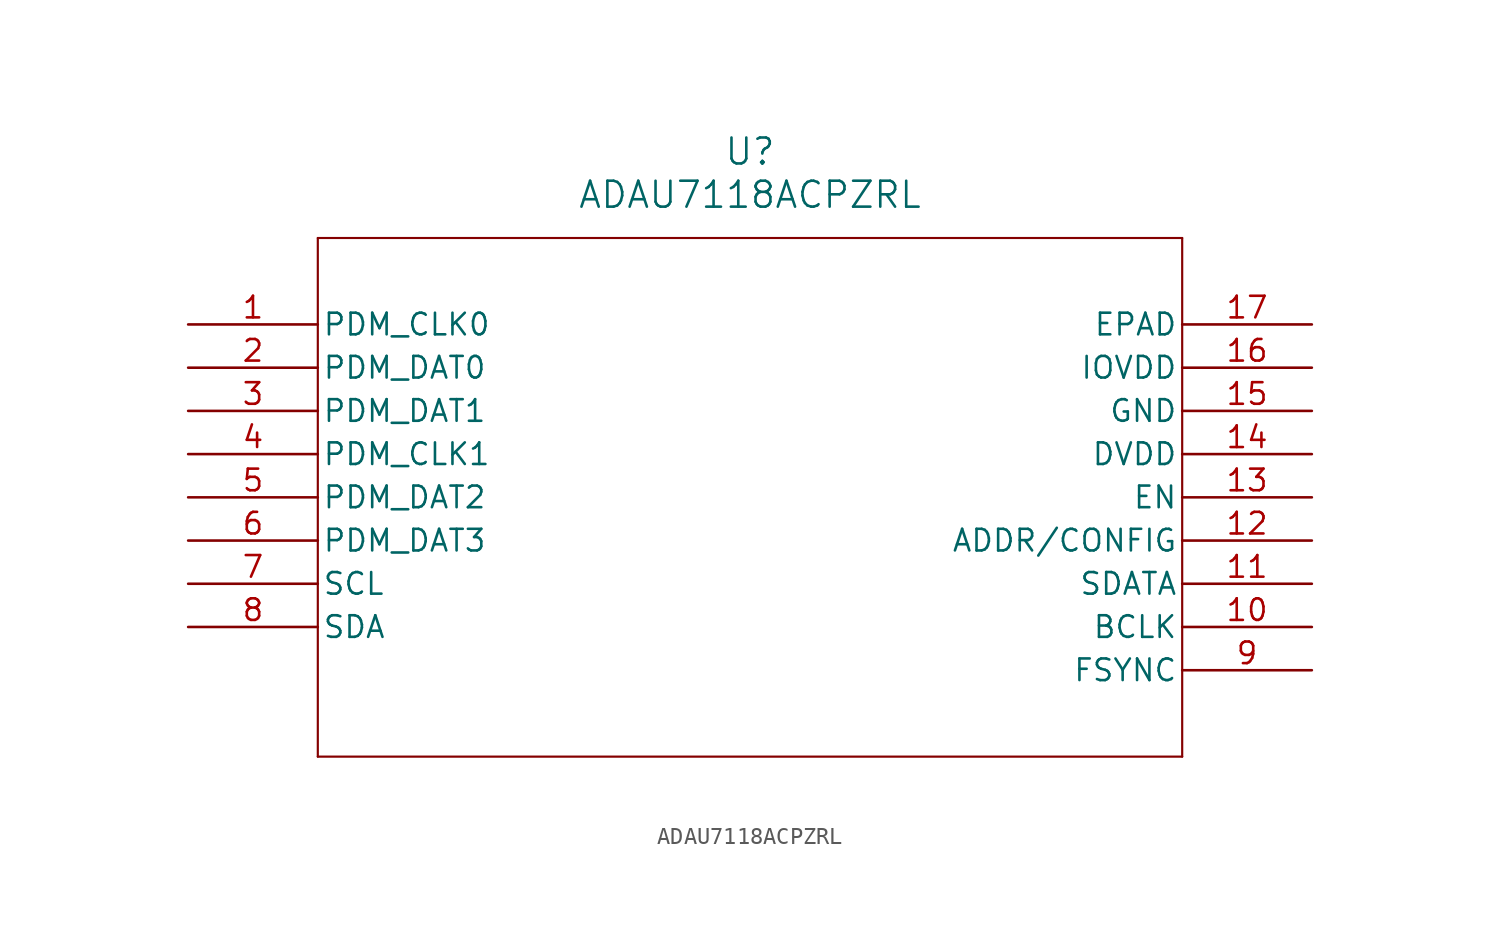
<source format=kicad_sym>
(kicad_symbol_lib
  (version 20241209)
  (generator "kicad_symbol_editor")
  (generator_version "9.0")
  (symbol "ADAU7118ACPZRL"
    (pin_names
      (offset 0.254))
    (property "Reference" "U"
      (at 33.02 10.16 0)
      (effects (font (size 1.524 1.524))))
    (property "Value" "ADAU7118ACPZRL"
      (at 33.02 7.62 0)
      (effects (font (size 1.524 1.524))))
    (property "ki_locked" ""
      (at 0 0 0)
      (effects (font (size 1.27 1.27))))
    (symbol "ADAU7118ACPZRL_0_1"
      (polyline (pts (xy 7.62 5.08) (xy 7.62 -25.4)) (stroke (width 0.127) (type default)) (fill (type none)))
      (polyline (pts (xy 7.62 -25.4) (xy 58.42 -25.4)) (stroke (width 0.127) (type default)) (fill (type none)))
      (polyline (pts (xy 58.42 5.08) (xy 7.62 5.08)) (stroke (width 0.127) (type default)) (fill (type none)))
      (polyline (pts (xy 58.42 -25.4) (xy 58.42 5.08)) (stroke (width 0.127) (type default)) (fill (type none)))
      (pin output line (at 0 0 0) (length 7.62) (name "PDM_CLK0" (effects (font (size 1.27 1.27)))) (number "1" (effects (font (size 1.27 1.27)))))
      (pin input line (at 0 -2.54 0) (length 7.62) (name "PDM_DAT0" (effects (font (size 1.27 1.27)))) (number "2" (effects (font (size 1.27 1.27)))))
      (pin input line (at 0 -5.08 0) (length 7.62) (name "PDM_DAT1" (effects (font (size 1.27 1.27)))) (number "3" (effects (font (size 1.27 1.27)))))
      (pin output line (at 0 -7.62 0) (length 7.62) (name "PDM_CLK1" (effects (font (size 1.27 1.27)))) (number "4" (effects (font (size 1.27 1.27)))))
      (pin input line (at 0 -10.16 0) (length 7.62) (name "PDM_DAT2" (effects (font (size 1.27 1.27)))) (number "5" (effects (font (size 1.27 1.27)))))
      (pin input line (at 0 -12.7 0) (length 7.62) (name "PDM_DAT3" (effects (font (size 1.27 1.27)))) (number "6" (effects (font (size 1.27 1.27)))))
      (pin input line (at 0 -15.24 0) (length 7.62) (name "SCL" (effects (font (size 1.27 1.27)))) (number "7" (effects (font (size 1.27 1.27)))))
      (pin unspecified line (at 0 -17.78 0) (length 7.62) (name "SDA" (effects (font (size 1.27 1.27)))) (number "8" (effects (font (size 1.27 1.27)))))
      (pin power_out line (at 66.04 0 180) (length 7.62) (name "EPAD" (effects (font (size 1.27 1.27)))) (number "17" (effects (font (size 1.27 1.27)))))
      (pin power_in line (at 66.04 -2.54 180) (length 7.62) (name "IOVDD" (effects (font (size 1.27 1.27)))) (number "16" (effects (font (size 1.27 1.27)))))
      (pin power_out line (at 66.04 -5.08 180) (length 7.62) (name "GND" (effects (font (size 1.27 1.27)))) (number "15" (effects (font (size 1.27 1.27)))))
      (pin power_in line (at 66.04 -7.62 180) (length 7.62) (name "DVDD" (effects (font (size 1.27 1.27)))) (number "14" (effects (font (size 1.27 1.27)))))
      (pin unspecified line (at 66.04 -10.16 180) (length 7.62) (name "EN" (effects (font (size 1.27 1.27)))) (number "13" (effects (font (size 1.27 1.27)))))
      (pin unspecified line (at 66.04 -12.7 180) (length 7.62) (name "ADDR/CONFIG" (effects (font (size 1.27 1.27)))) (number "12" (effects (font (size 1.27 1.27)))))
      (pin output line (at 66.04 -15.24 180) (length 7.62) (name "SDATA" (effects (font (size 1.27 1.27)))) (number "11" (effects (font (size 1.27 1.27)))))
      (pin unspecified line (at 66.04 -17.78 180) (length 7.62) (name "BCLK" (effects (font (size 1.27 1.27)))) (number "10" (effects (font (size 1.27 1.27)))))
      (pin unspecified line (at 66.04 -20.32 180) (length 7.62) (name "FSYNC" (effects (font (size 1.27 1.27)))) (number "9" (effects (font (size 1.27 1.27))))))))
</source>
